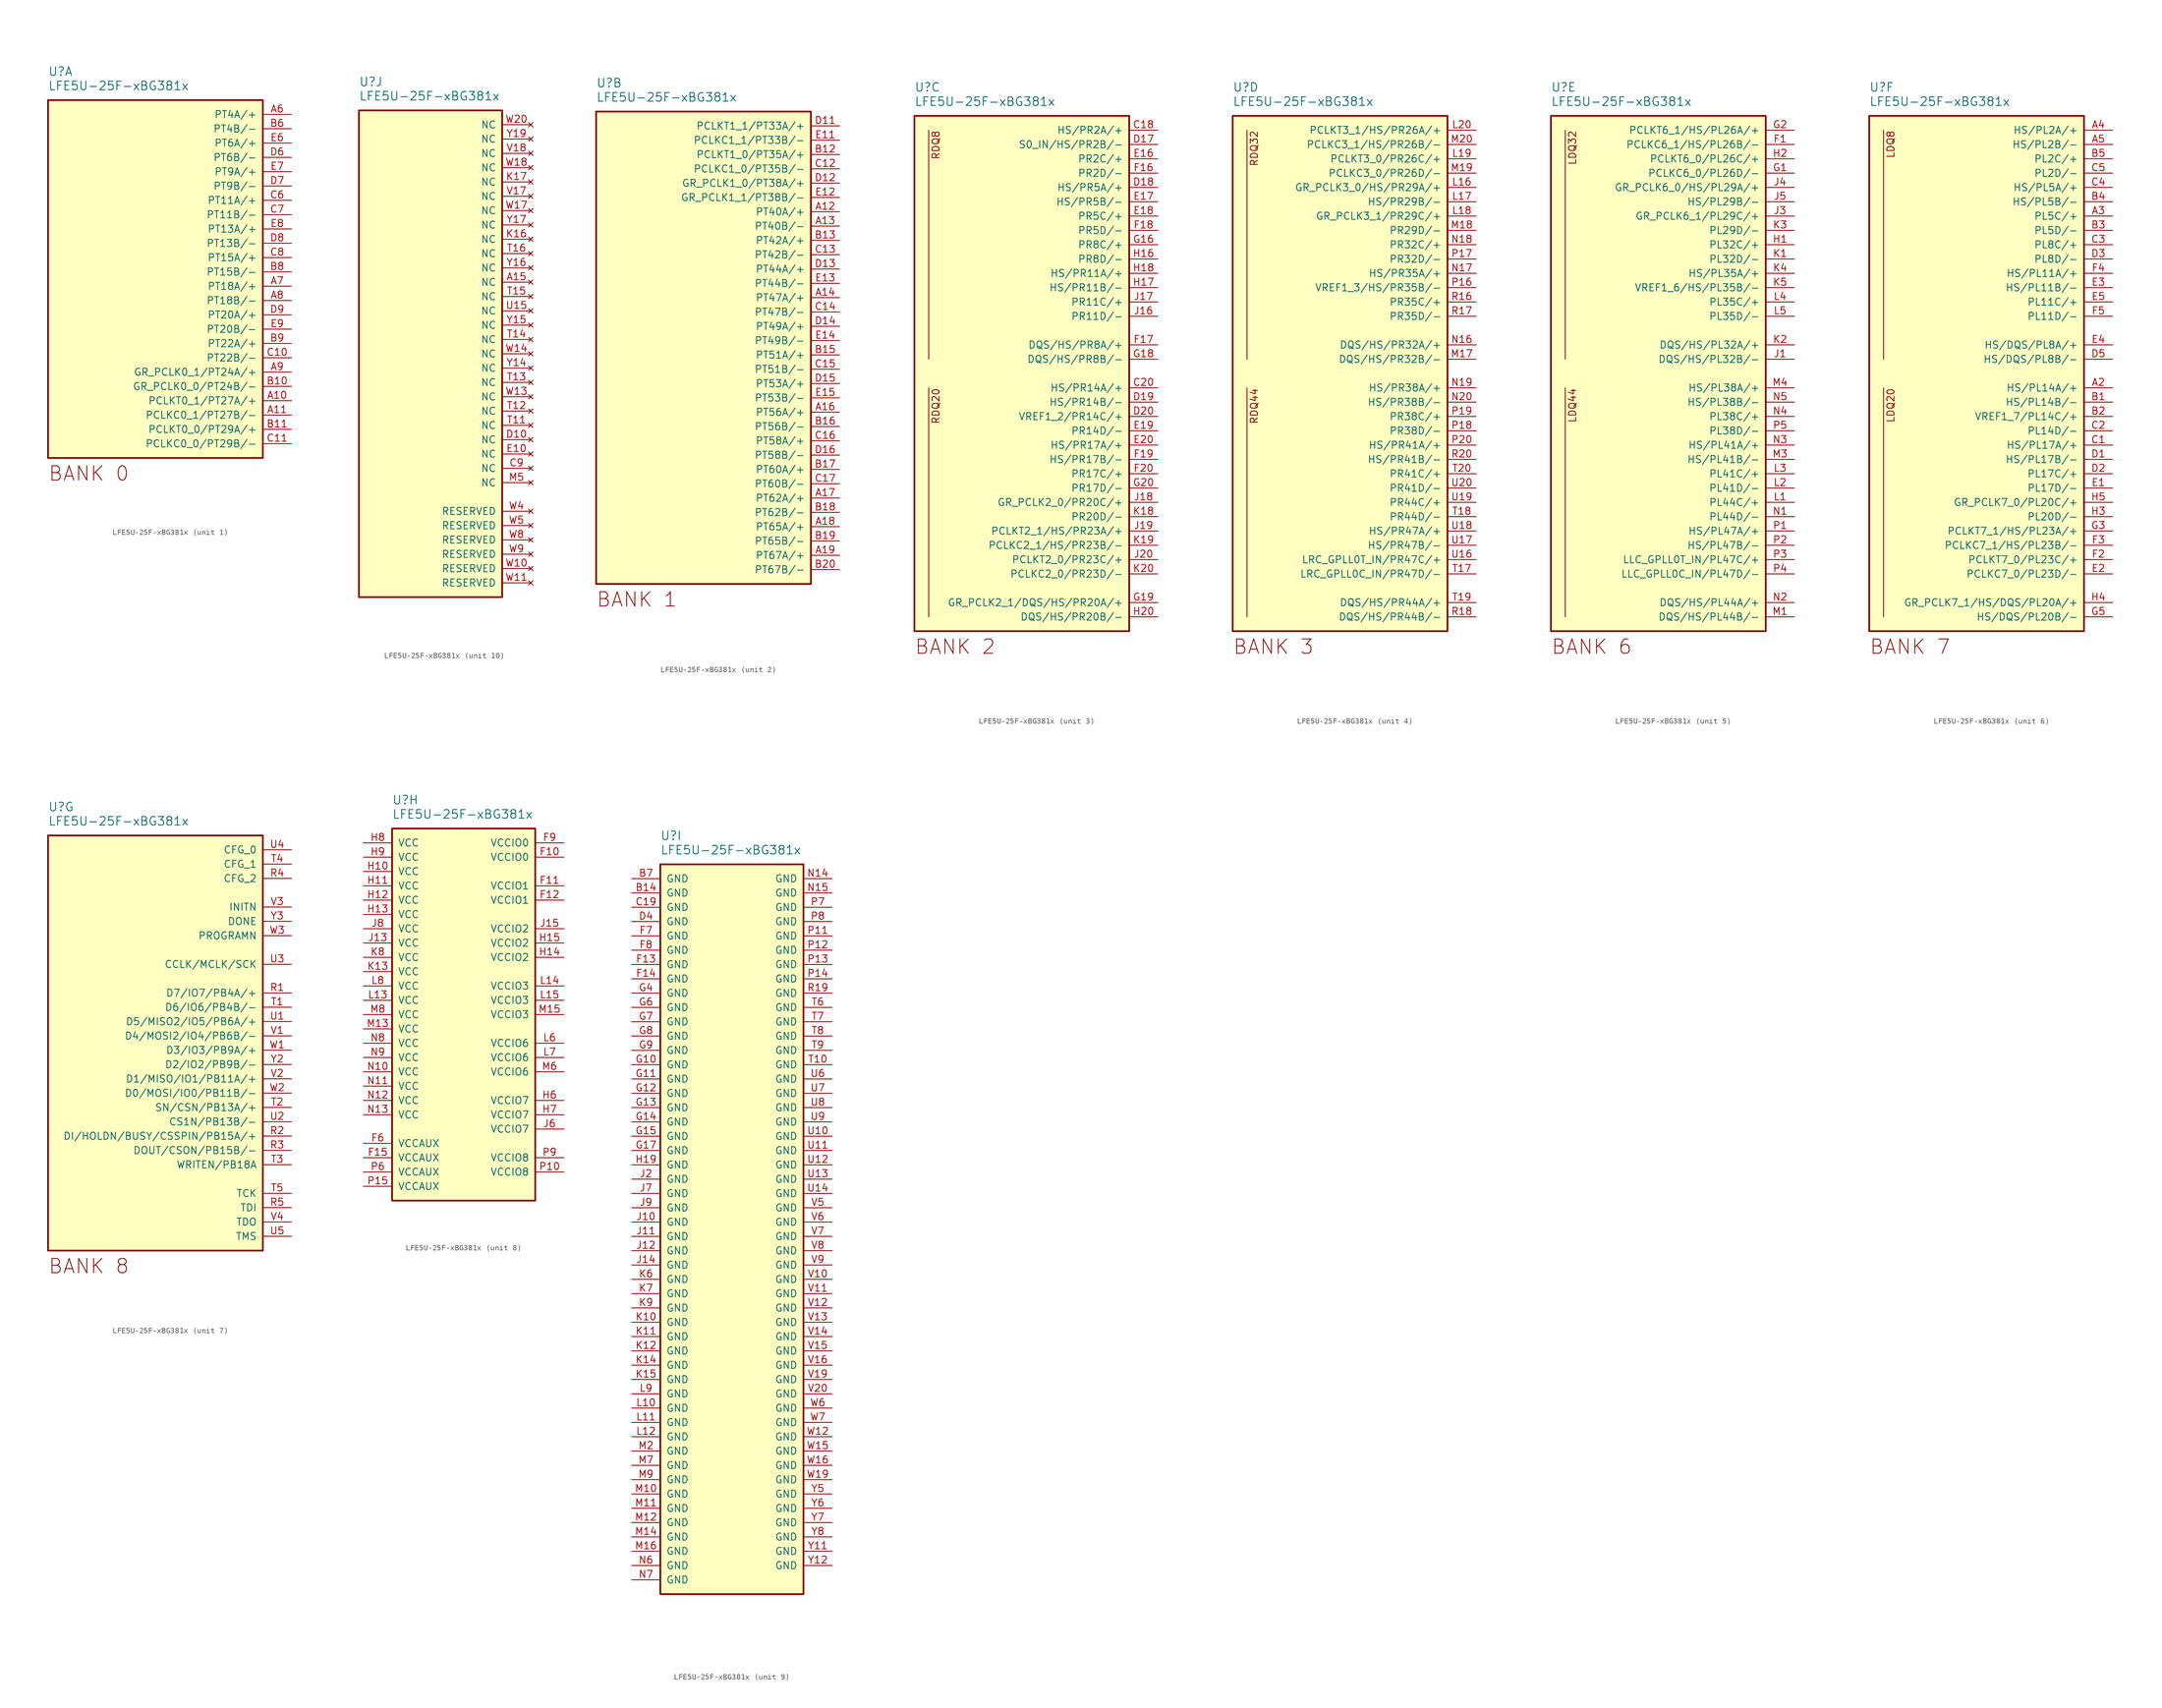
<source format=kicad_sym>
(kicad_symbol_lib
  (version 20231120)
  (generator "kicad_symbol_editor")
  (generator_version "8.0")
  (symbol "LFE5U-25F-xBG381x"
    (pin_names
      (offset 1.016))
    (property "Reference" "U"
      (at 0 5.08 0)
      (effects (font (size 1.524 1.524)) (justify left)))
    (property "Value" "LFE5U-25F-xBG381x"
      (at 0 2.54 0)
      (effects (font (size 1.524 1.524)) (justify left)))
    (property "ki_locked" ""
      (at 0 0 0)
      (effects (font (size 1.27 1.27))))
    (symbol "LFE5U-25F-xBG381x_1_1"
      (rectangle (start 38.1 0) (end 0 -63.5) (stroke (width 0.305) (type solid)) (fill (type background)))
      (text "BANK 0" (at 0 -64.77 0) (effects (font (size 2.54 2.54)) (justify left top)))
      (pin bidirectional line (at 43.18 -53.34 180) (length 5.08) (name "PCLKT0_1/PT27A/+" (effects (font (size 1.27 1.27)))) (number "A10" (effects (font (size 1.27 1.27)))))
      (pin bidirectional line (at 43.18 -55.88 180) (length 5.08) (name "PCLKC0_1/PT27B/-" (effects (font (size 1.27 1.27)))) (number "A11" (effects (font (size 1.27 1.27)))))
      (pin bidirectional line (at 43.18 -2.54 180) (length 5.08) (name "PT4A/+" (effects (font (size 1.27 1.27)))) (number "A6" (effects (font (size 1.27 1.27)))))
      (pin bidirectional line (at 43.18 -33.02 180) (length 5.08) (name "PT18A/+" (effects (font (size 1.27 1.27)))) (number "A7" (effects (font (size 1.27 1.27)))))
      (pin bidirectional line (at 43.18 -35.56 180) (length 5.08) (name "PT18B/-" (effects (font (size 1.27 1.27)))) (number "A8" (effects (font (size 1.27 1.27)))))
      (pin bidirectional line (at 43.18 -48.26 180) (length 5.08) (name "GR_PCLK0_1/PT24A/+" (effects (font (size 1.27 1.27)))) (number "A9" (effects (font (size 1.27 1.27)))))
      (pin bidirectional line (at 43.18 -50.8 180) (length 5.08) (name "GR_PCLK0_0/PT24B/-" (effects (font (size 1.27 1.27)))) (number "B10" (effects (font (size 1.27 1.27)))))
      (pin bidirectional line (at 43.18 -58.42 180) (length 5.08) (name "PCLKT0_0/PT29A/+" (effects (font (size 1.27 1.27)))) (number "B11" (effects (font (size 1.27 1.27)))))
      (pin bidirectional line (at 43.18 -5.08 180) (length 5.08) (name "PT4B/-" (effects (font (size 1.27 1.27)))) (number "B6" (effects (font (size 1.27 1.27)))))
      (pin bidirectional line (at 43.18 -30.48 180) (length 5.08) (name "PT15B/-" (effects (font (size 1.27 1.27)))) (number "B8" (effects (font (size 1.27 1.27)))))
      (pin bidirectional line (at 43.18 -43.18 180) (length 5.08) (name "PT22A/+" (effects (font (size 1.27 1.27)))) (number "B9" (effects (font (size 1.27 1.27)))))
      (pin bidirectional line (at 43.18 -45.72 180) (length 5.08) (name "PT22B/-" (effects (font (size 1.27 1.27)))) (number "C10" (effects (font (size 1.27 1.27)))))
      (pin bidirectional line (at 43.18 -60.96 180) (length 5.08) (name "PCLKC0_0/PT29B/-" (effects (font (size 1.27 1.27)))) (number "C11" (effects (font (size 1.27 1.27)))))
      (pin bidirectional line (at 43.18 -17.78 180) (length 5.08) (name "PT11A/+" (effects (font (size 1.27 1.27)))) (number "C6" (effects (font (size 1.27 1.27)))))
      (pin bidirectional line (at 43.18 -20.32 180) (length 5.08) (name "PT11B/-" (effects (font (size 1.27 1.27)))) (number "C7" (effects (font (size 1.27 1.27)))))
      (pin bidirectional line (at 43.18 -27.94 180) (length 5.08) (name "PT15A/+" (effects (font (size 1.27 1.27)))) (number "C8" (effects (font (size 1.27 1.27)))))
      (pin bidirectional line (at 43.18 -10.16 180) (length 5.08) (name "PT6B/-" (effects (font (size 1.27 1.27)))) (number "D6" (effects (font (size 1.27 1.27)))))
      (pin bidirectional line (at 43.18 -15.24 180) (length 5.08) (name "PT9B/-" (effects (font (size 1.27 1.27)))) (number "D7" (effects (font (size 1.27 1.27)))))
      (pin bidirectional line (at 43.18 -25.4 180) (length 5.08) (name "PT13B/-" (effects (font (size 1.27 1.27)))) (number "D8" (effects (font (size 1.27 1.27)))))
      (pin bidirectional line (at 43.18 -38.1 180) (length 5.08) (name "PT20A/+" (effects (font (size 1.27 1.27)))) (number "D9" (effects (font (size 1.27 1.27)))))
      (pin bidirectional line (at 43.18 -7.62 180) (length 5.08) (name "PT6A/+" (effects (font (size 1.27 1.27)))) (number "E6" (effects (font (size 1.27 1.27)))))
      (pin bidirectional line (at 43.18 -12.7 180) (length 5.08) (name "PT9A/+" (effects (font (size 1.27 1.27)))) (number "E7" (effects (font (size 1.27 1.27)))))
      (pin bidirectional line (at 43.18 -22.86 180) (length 5.08) (name "PT13A/+" (effects (font (size 1.27 1.27)))) (number "E8" (effects (font (size 1.27 1.27)))))
      (pin bidirectional line (at 43.18 -40.64 180) (length 5.08) (name "PT20B/-" (effects (font (size 1.27 1.27)))) (number "E9" (effects (font (size 1.27 1.27))))))
    (symbol "LFE5U-25F-xBG381x_2_1"
      (rectangle (start 38.1 0) (end 0 -83.82) (stroke (width 0.305) (type solid)) (fill (type background)))
      (text "BANK 1" (at 0 -85.09 0) (effects (font (size 2.54 2.54)) (justify left top)))
      (pin bidirectional line (at 43.18 -17.78 180) (length 5.08) (name "PT40A/+" (effects (font (size 1.27 1.27)))) (number "A12" (effects (font (size 1.27 1.27)))))
      (pin bidirectional line (at 43.18 -20.32 180) (length 5.08) (name "PT40B/-" (effects (font (size 1.27 1.27)))) (number "A13" (effects (font (size 1.27 1.27)))))
      (pin bidirectional line (at 43.18 -33.02 180) (length 5.08) (name "PT47A/+" (effects (font (size 1.27 1.27)))) (number "A14" (effects (font (size 1.27 1.27)))))
      (pin bidirectional line (at 43.18 -53.34 180) (length 5.08) (name "PT56A/+" (effects (font (size 1.27 1.27)))) (number "A16" (effects (font (size 1.27 1.27)))))
      (pin bidirectional line (at 43.18 -68.58 180) (length 5.08) (name "PT62A/+" (effects (font (size 1.27 1.27)))) (number "A17" (effects (font (size 1.27 1.27)))))
      (pin bidirectional line (at 43.18 -73.66 180) (length 5.08) (name "PT65A/+" (effects (font (size 1.27 1.27)))) (number "A18" (effects (font (size 1.27 1.27)))))
      (pin bidirectional line (at 43.18 -78.74 180) (length 5.08) (name "PT67A/+" (effects (font (size 1.27 1.27)))) (number "A19" (effects (font (size 1.27 1.27)))))
      (pin bidirectional line (at 43.18 -7.62 180) (length 5.08) (name "PCLKT1_0/PT35A/+" (effects (font (size 1.27 1.27)))) (number "B12" (effects (font (size 1.27 1.27)))))
      (pin bidirectional line (at 43.18 -22.86 180) (length 5.08) (name "PT42A/+" (effects (font (size 1.27 1.27)))) (number "B13" (effects (font (size 1.27 1.27)))))
      (pin bidirectional line (at 43.18 -43.18 180) (length 5.08) (name "PT51A/+" (effects (font (size 1.27 1.27)))) (number "B15" (effects (font (size 1.27 1.27)))))
      (pin bidirectional line (at 43.18 -55.88 180) (length 5.08) (name "PT56B/-" (effects (font (size 1.27 1.27)))) (number "B16" (effects (font (size 1.27 1.27)))))
      (pin bidirectional line (at 43.18 -63.5 180) (length 5.08) (name "PT60A/+" (effects (font (size 1.27 1.27)))) (number "B17" (effects (font (size 1.27 1.27)))))
      (pin bidirectional line (at 43.18 -71.12 180) (length 5.08) (name "PT62B/-" (effects (font (size 1.27 1.27)))) (number "B18" (effects (font (size 1.27 1.27)))))
      (pin bidirectional line (at 43.18 -76.2 180) (length 5.08) (name "PT65B/-" (effects (font (size 1.27 1.27)))) (number "B19" (effects (font (size 1.27 1.27)))))
      (pin bidirectional line (at 43.18 -81.28 180) (length 5.08) (name "PT67B/-" (effects (font (size 1.27 1.27)))) (number "B20" (effects (font (size 1.27 1.27)))))
      (pin bidirectional line (at 43.18 -10.16 180) (length 5.08) (name "PCLKC1_0/PT35B/-" (effects (font (size 1.27 1.27)))) (number "C12" (effects (font (size 1.27 1.27)))))
      (pin bidirectional line (at 43.18 -25.4 180) (length 5.08) (name "PT42B/-" (effects (font (size 1.27 1.27)))) (number "C13" (effects (font (size 1.27 1.27)))))
      (pin bidirectional line (at 43.18 -35.56 180) (length 5.08) (name "PT47B/-" (effects (font (size 1.27 1.27)))) (number "C14" (effects (font (size 1.27 1.27)))))
      (pin bidirectional line (at 43.18 -45.72 180) (length 5.08) (name "PT51B/-" (effects (font (size 1.27 1.27)))) (number "C15" (effects (font (size 1.27 1.27)))))
      (pin bidirectional line (at 43.18 -58.42 180) (length 5.08) (name "PT58A/+" (effects (font (size 1.27 1.27)))) (number "C16" (effects (font (size 1.27 1.27)))))
      (pin bidirectional line (at 43.18 -66.04 180) (length 5.08) (name "PT60B/-" (effects (font (size 1.27 1.27)))) (number "C17" (effects (font (size 1.27 1.27)))))
      (pin bidirectional line (at 43.18 -2.54 180) (length 5.08) (name "PCLKT1_1/PT33A/+" (effects (font (size 1.27 1.27)))) (number "D11" (effects (font (size 1.27 1.27)))))
      (pin bidirectional line (at 43.18 -12.7 180) (length 5.08) (name "GR_PCLK1_0/PT38A/+" (effects (font (size 1.27 1.27)))) (number "D12" (effects (font (size 1.27 1.27)))))
      (pin bidirectional line (at 43.18 -27.94 180) (length 5.08) (name "PT44A/+" (effects (font (size 1.27 1.27)))) (number "D13" (effects (font (size 1.27 1.27)))))
      (pin bidirectional line (at 43.18 -38.1 180) (length 5.08) (name "PT49A/+" (effects (font (size 1.27 1.27)))) (number "D14" (effects (font (size 1.27 1.27)))))
      (pin bidirectional line (at 43.18 -48.26 180) (length 5.08) (name "PT53A/+" (effects (font (size 1.27 1.27)))) (number "D15" (effects (font (size 1.27 1.27)))))
      (pin bidirectional line (at 43.18 -60.96 180) (length 5.08) (name "PT58B/-" (effects (font (size 1.27 1.27)))) (number "D16" (effects (font (size 1.27 1.27)))))
      (pin bidirectional line (at 43.18 -5.08 180) (length 5.08) (name "PCLKC1_1/PT33B/-" (effects (font (size 1.27 1.27)))) (number "E11" (effects (font (size 1.27 1.27)))))
      (pin bidirectional line (at 43.18 -15.24 180) (length 5.08) (name "GR_PCLK1_1/PT38B/-" (effects (font (size 1.27 1.27)))) (number "E12" (effects (font (size 1.27 1.27)))))
      (pin bidirectional line (at 43.18 -30.48 180) (length 5.08) (name "PT44B/-" (effects (font (size 1.27 1.27)))) (number "E13" (effects (font (size 1.27 1.27)))))
      (pin bidirectional line (at 43.18 -40.64 180) (length 5.08) (name "PT49B/-" (effects (font (size 1.27 1.27)))) (number "E14" (effects (font (size 1.27 1.27)))))
      (pin bidirectional line (at 43.18 -50.8 180) (length 5.08) (name "PT53B/-" (effects (font (size 1.27 1.27)))) (number "E15" (effects (font (size 1.27 1.27))))))
    (symbol "LFE5U-25F-xBG381x_3_1"
      (polyline (pts (xy 2.54 -88.9) (xy 2.54 -48.26)) (stroke (width 0) (type solid)) (fill (type none)))
      (polyline (pts (xy 2.54 -2.54) (xy 2.54 -43.18)) (stroke (width 0) (type solid)) (fill (type none)))
      (rectangle (start 38.1 0) (end 0 -91.44) (stroke (width 0.305) (type solid)) (fill (type background)))
      (text "BANK 2" (at 0 -92.71 0) (effects (font (size 2.54 2.54)) (justify left top)))
      (text "RDQ20" (at 3.81 -48.26 900) (effects (font (size 1.27 1.27)) (justify right)))
      (text "RDQ8" (at 3.81 -2.54 900) (effects (font (size 1.27 1.27)) (justify right)))
      (pin bidirectional line (at 43.18 -2.54 180) (length 5.08) (name "HS/PR2A/+" (effects (font (size 1.27 1.27)))) (number "C18" (effects (font (size 1.27 1.27)))))
      (pin bidirectional line (at 43.18 -48.26 180) (length 5.08) (name "HS/PR14A/+" (effects (font (size 1.27 1.27)))) (number "C20" (effects (font (size 1.27 1.27)))))
      (pin bidirectional line (at 43.18 -5.08 180) (length 5.08) (name "S0_IN/HS/PR2B/-" (effects (font (size 1.27 1.27)))) (number "D17" (effects (font (size 1.27 1.27)))))
      (pin bidirectional line (at 43.18 -12.7 180) (length 5.08) (name "HS/PR5A/+" (effects (font (size 1.27 1.27)))) (number "D18" (effects (font (size 1.27 1.27)))))
      (pin bidirectional line (at 43.18 -50.8 180) (length 5.08) (name "HS/PR14B/-" (effects (font (size 1.27 1.27)))) (number "D19" (effects (font (size 1.27 1.27)))))
      (pin bidirectional line (at 43.18 -53.34 180) (length 5.08) (name "VREF1_2/PR14C/+" (effects (font (size 1.27 1.27)))) (number "D20" (effects (font (size 1.27 1.27)))))
      (pin bidirectional line (at 43.18 -7.62 180) (length 5.08) (name "PR2C/+" (effects (font (size 1.27 1.27)))) (number "E16" (effects (font (size 1.27 1.27)))))
      (pin bidirectional line (at 43.18 -15.24 180) (length 5.08) (name "HS/PR5B/-" (effects (font (size 1.27 1.27)))) (number "E17" (effects (font (size 1.27 1.27)))))
      (pin bidirectional line (at 43.18 -17.78 180) (length 5.08) (name "PR5C/+" (effects (font (size 1.27 1.27)))) (number "E18" (effects (font (size 1.27 1.27)))))
      (pin bidirectional line (at 43.18 -55.88 180) (length 5.08) (name "PR14D/-" (effects (font (size 1.27 1.27)))) (number "E19" (effects (font (size 1.27 1.27)))))
      (pin bidirectional line (at 43.18 -58.42 180) (length 5.08) (name "HS/PR17A/+" (effects (font (size 1.27 1.27)))) (number "E20" (effects (font (size 1.27 1.27)))))
      (pin bidirectional line (at 43.18 -10.16 180) (length 5.08) (name "PR2D/-" (effects (font (size 1.27 1.27)))) (number "F16" (effects (font (size 1.27 1.27)))))
      (pin bidirectional line (at 43.18 -40.64 180) (length 5.08) (name "DQS/HS/PR8A/+" (effects (font (size 1.27 1.27)))) (number "F17" (effects (font (size 1.27 1.27)))))
      (pin bidirectional line (at 43.18 -20.32 180) (length 5.08) (name "PR5D/-" (effects (font (size 1.27 1.27)))) (number "F18" (effects (font (size 1.27 1.27)))))
      (pin bidirectional line (at 43.18 -60.96 180) (length 5.08) (name "HS/PR17B/-" (effects (font (size 1.27 1.27)))) (number "F19" (effects (font (size 1.27 1.27)))))
      (pin bidirectional line (at 43.18 -63.5 180) (length 5.08) (name "PR17C/+" (effects (font (size 1.27 1.27)))) (number "F20" (effects (font (size 1.27 1.27)))))
      (pin bidirectional line (at 43.18 -22.86 180) (length 5.08) (name "PR8C/+" (effects (font (size 1.27 1.27)))) (number "G16" (effects (font (size 1.27 1.27)))))
      (pin bidirectional line (at 43.18 -43.18 180) (length 5.08) (name "DQS/HS/PR8B/-" (effects (font (size 1.27 1.27)))) (number "G18" (effects (font (size 1.27 1.27)))))
      (pin bidirectional line (at 43.18 -86.36 180) (length 5.08) (name "GR_PCLK2_1/DQS/HS/PR20A/+" (effects (font (size 1.27 1.27)))) (number "G19" (effects (font (size 1.27 1.27)))))
      (pin bidirectional line (at 43.18 -66.04 180) (length 5.08) (name "PR17D/-" (effects (font (size 1.27 1.27)))) (number "G20" (effects (font (size 1.27 1.27)))))
      (pin bidirectional line (at 43.18 -25.4 180) (length 5.08) (name "PR8D/-" (effects (font (size 1.27 1.27)))) (number "H16" (effects (font (size 1.27 1.27)))))
      (pin bidirectional line (at 43.18 -30.48 180) (length 5.08) (name "HS/PR11B/-" (effects (font (size 1.27 1.27)))) (number "H17" (effects (font (size 1.27 1.27)))))
      (pin bidirectional line (at 43.18 -27.94 180) (length 5.08) (name "HS/PR11A/+" (effects (font (size 1.27 1.27)))) (number "H18" (effects (font (size 1.27 1.27)))))
      (pin bidirectional line (at 43.18 -88.9 180) (length 5.08) (name "DQS/HS/PR20B/-" (effects (font (size 1.27 1.27)))) (number "H20" (effects (font (size 1.27 1.27)))))
      (pin bidirectional line (at 43.18 -35.56 180) (length 5.08) (name "PR11D/-" (effects (font (size 1.27 1.27)))) (number "J16" (effects (font (size 1.27 1.27)))))
      (pin bidirectional line (at 43.18 -33.02 180) (length 5.08) (name "PR11C/+" (effects (font (size 1.27 1.27)))) (number "J17" (effects (font (size 1.27 1.27)))))
      (pin bidirectional line (at 43.18 -68.58 180) (length 5.08) (name "GR_PCLK2_0/PR20C/+" (effects (font (size 1.27 1.27)))) (number "J18" (effects (font (size 1.27 1.27)))))
      (pin bidirectional line (at 43.18 -73.66 180) (length 5.08) (name "PCLKT2_1/HS/PR23A/+" (effects (font (size 1.27 1.27)))) (number "J19" (effects (font (size 1.27 1.27)))))
      (pin bidirectional line (at 43.18 -78.74 180) (length 5.08) (name "PCLKT2_0/PR23C/+" (effects (font (size 1.27 1.27)))) (number "J20" (effects (font (size 1.27 1.27)))))
      (pin bidirectional line (at 43.18 -71.12 180) (length 5.08) (name "PR20D/-" (effects (font (size 1.27 1.27)))) (number "K18" (effects (font (size 1.27 1.27)))))
      (pin bidirectional line (at 43.18 -76.2 180) (length 5.08) (name "PCLKC2_1/HS/PR23B/-" (effects (font (size 1.27 1.27)))) (number "K19" (effects (font (size 1.27 1.27)))))
      (pin bidirectional line (at 43.18 -81.28 180) (length 5.08) (name "PCLKC2_0/PR23D/-" (effects (font (size 1.27 1.27)))) (number "K20" (effects (font (size 1.27 1.27))))))
    (symbol "LFE5U-25F-xBG381x_4_1"
      (polyline (pts (xy 2.54 -48.26) (xy 2.54 -88.9)) (stroke (width 0) (type solid)) (fill (type none)))
      (polyline (pts (xy 2.54 -2.54) (xy 2.54 -43.18)) (stroke (width 0) (type solid)) (fill (type none)))
      (rectangle (start 38.1 0) (end 0 -91.44) (stroke (width 0.305) (type solid)) (fill (type background)))
      (text "BANK 3" (at 0 -92.71 0) (effects (font (size 2.54 2.54)) (justify left top)))
      (text "RDQ32" (at 3.81 -2.54 900) (effects (font (size 1.27 1.27)) (justify right)))
      (text "RDQ44" (at 3.81 -48.26 900) (effects (font (size 1.27 1.27)) (justify right)))
      (pin bidirectional line (at 43.18 -12.7 180) (length 5.08) (name "GR_PCLK3_0/HS/PR29A/+" (effects (font (size 1.27 1.27)))) (number "L16" (effects (font (size 1.27 1.27)))))
      (pin bidirectional line (at 43.18 -15.24 180) (length 5.08) (name "HS/PR29B/-" (effects (font (size 1.27 1.27)))) (number "L17" (effects (font (size 1.27 1.27)))))
      (pin bidirectional line (at 43.18 -17.78 180) (length 5.08) (name "GR_PCLK3_1/PR29C/+" (effects (font (size 1.27 1.27)))) (number "L18" (effects (font (size 1.27 1.27)))))
      (pin bidirectional line (at 43.18 -7.62 180) (length 5.08) (name "PCLKT3_0/PR26C/+" (effects (font (size 1.27 1.27)))) (number "L19" (effects (font (size 1.27 1.27)))))
      (pin bidirectional line (at 43.18 -2.54 180) (length 5.08) (name "PCLKT3_1/HS/PR26A/+" (effects (font (size 1.27 1.27)))) (number "L20" (effects (font (size 1.27 1.27)))))
      (pin bidirectional line (at 43.18 -43.18 180) (length 5.08) (name "DQS/HS/PR32B/-" (effects (font (size 1.27 1.27)))) (number "M17" (effects (font (size 1.27 1.27)))))
      (pin bidirectional line (at 43.18 -20.32 180) (length 5.08) (name "PR29D/-" (effects (font (size 1.27 1.27)))) (number "M18" (effects (font (size 1.27 1.27)))))
      (pin bidirectional line (at 43.18 -10.16 180) (length 5.08) (name "PCLKC3_0/PR26D/-" (effects (font (size 1.27 1.27)))) (number "M19" (effects (font (size 1.27 1.27)))))
      (pin bidirectional line (at 43.18 -5.08 180) (length 5.08) (name "PCLKC3_1/HS/PR26B/-" (effects (font (size 1.27 1.27)))) (number "M20" (effects (font (size 1.27 1.27)))))
      (pin bidirectional line (at 43.18 -40.64 180) (length 5.08) (name "DQS/HS/PR32A/+" (effects (font (size 1.27 1.27)))) (number "N16" (effects (font (size 1.27 1.27)))))
      (pin bidirectional line (at 43.18 -27.94 180) (length 5.08) (name "HS/PR35A/+" (effects (font (size 1.27 1.27)))) (number "N17" (effects (font (size 1.27 1.27)))))
      (pin bidirectional line (at 43.18 -22.86 180) (length 5.08) (name "PR32C/+" (effects (font (size 1.27 1.27)))) (number "N18" (effects (font (size 1.27 1.27)))))
      (pin bidirectional line (at 43.18 -48.26 180) (length 5.08) (name "HS/PR38A/+" (effects (font (size 1.27 1.27)))) (number "N19" (effects (font (size 1.27 1.27)))))
      (pin bidirectional line (at 43.18 -50.8 180) (length 5.08) (name "HS/PR38B/-" (effects (font (size 1.27 1.27)))) (number "N20" (effects (font (size 1.27 1.27)))))
      (pin bidirectional line (at 43.18 -30.48 180) (length 5.08) (name "VREF1_3/HS/PR35B/-" (effects (font (size 1.27 1.27)))) (number "P16" (effects (font (size 1.27 1.27)))))
      (pin bidirectional line (at 43.18 -25.4 180) (length 5.08) (name "PR32D/-" (effects (font (size 1.27 1.27)))) (number "P17" (effects (font (size 1.27 1.27)))))
      (pin bidirectional line (at 43.18 -55.88 180) (length 5.08) (name "PR38D/-" (effects (font (size 1.27 1.27)))) (number "P18" (effects (font (size 1.27 1.27)))))
      (pin bidirectional line (at 43.18 -53.34 180) (length 5.08) (name "PR38C/+" (effects (font (size 1.27 1.27)))) (number "P19" (effects (font (size 1.27 1.27)))))
      (pin bidirectional line (at 43.18 -58.42 180) (length 5.08) (name "HS/PR41A/+" (effects (font (size 1.27 1.27)))) (number "P20" (effects (font (size 1.27 1.27)))))
      (pin bidirectional line (at 43.18 -33.02 180) (length 5.08) (name "PR35C/+" (effects (font (size 1.27 1.27)))) (number "R16" (effects (font (size 1.27 1.27)))))
      (pin bidirectional line (at 43.18 -35.56 180) (length 5.08) (name "PR35D/-" (effects (font (size 1.27 1.27)))) (number "R17" (effects (font (size 1.27 1.27)))))
      (pin bidirectional line (at 43.18 -88.9 180) (length 5.08) (name "DQS/HS/PR44B/-" (effects (font (size 1.27 1.27)))) (number "R18" (effects (font (size 1.27 1.27)))))
      (pin bidirectional line (at 43.18 -60.96 180) (length 5.08) (name "HS/PR41B/-" (effects (font (size 1.27 1.27)))) (number "R20" (effects (font (size 1.27 1.27)))))
      (pin bidirectional line (at 43.18 -81.28 180) (length 5.08) (name "LRC_GPLL0C_IN/PR47D/-" (effects (font (size 1.27 1.27)))) (number "T17" (effects (font (size 1.27 1.27)))))
      (pin bidirectional line (at 43.18 -71.12 180) (length 5.08) (name "PR44D/-" (effects (font (size 1.27 1.27)))) (number "T18" (effects (font (size 1.27 1.27)))))
      (pin bidirectional line (at 43.18 -86.36 180) (length 5.08) (name "DQS/HS/PR44A/+" (effects (font (size 1.27 1.27)))) (number "T19" (effects (font (size 1.27 1.27)))))
      (pin bidirectional line (at 43.18 -63.5 180) (length 5.08) (name "PR41C/+" (effects (font (size 1.27 1.27)))) (number "T20" (effects (font (size 1.27 1.27)))))
      (pin bidirectional line (at 43.18 -78.74 180) (length 5.08) (name "LRC_GPLL0T_IN/PR47C/+" (effects (font (size 1.27 1.27)))) (number "U16" (effects (font (size 1.27 1.27)))))
      (pin bidirectional line (at 43.18 -76.2 180) (length 5.08) (name "HS/PR47B/-" (effects (font (size 1.27 1.27)))) (number "U17" (effects (font (size 1.27 1.27)))))
      (pin bidirectional line (at 43.18 -73.66 180) (length 5.08) (name "HS/PR47A/+" (effects (font (size 1.27 1.27)))) (number "U18" (effects (font (size 1.27 1.27)))))
      (pin bidirectional line (at 43.18 -68.58 180) (length 5.08) (name "PR44C/+" (effects (font (size 1.27 1.27)))) (number "U19" (effects (font (size 1.27 1.27)))))
      (pin bidirectional line (at 43.18 -66.04 180) (length 5.08) (name "PR41D/-" (effects (font (size 1.27 1.27)))) (number "U20" (effects (font (size 1.27 1.27))))))
    (symbol "LFE5U-25F-xBG381x_5_1"
      (polyline (pts (xy 2.54 -48.26) (xy 2.54 -88.9)) (stroke (width 0) (type solid)) (fill (type none)))
      (polyline (pts (xy 2.54 -2.54) (xy 2.54 -43.18)) (stroke (width 0) (type solid)) (fill (type none)))
      (rectangle (start 38.1 0) (end 0 -91.44) (stroke (width 0.305) (type solid)) (fill (type background)))
      (text "BANK 6" (at 0 -92.71 0) (effects (font (size 2.54 2.54)) (justify left top)))
      (text "LDQ32" (at 3.81 -2.54 900) (effects (font (size 1.27 1.27)) (justify right)))
      (text "LDQ44" (at 3.81 -48.26 900) (effects (font (size 1.27 1.27)) (justify right)))
      (pin bidirectional line (at 43.18 -5.08 180) (length 5.08) (name "PCLKC6_1/HS/PL26B/-" (effects (font (size 1.27 1.27)))) (number "F1" (effects (font (size 1.27 1.27)))))
      (pin bidirectional line (at 43.18 -10.16 180) (length 5.08) (name "PCLKC6_0/PL26D/-" (effects (font (size 1.27 1.27)))) (number "G1" (effects (font (size 1.27 1.27)))))
      (pin bidirectional line (at 43.18 -2.54 180) (length 5.08) (name "PCLKT6_1/HS/PL26A/+" (effects (font (size 1.27 1.27)))) (number "G2" (effects (font (size 1.27 1.27)))))
      (pin bidirectional line (at 43.18 -22.86 180) (length 5.08) (name "PL32C/+" (effects (font (size 1.27 1.27)))) (number "H1" (effects (font (size 1.27 1.27)))))
      (pin bidirectional line (at 43.18 -7.62 180) (length 5.08) (name "PCLKT6_0/PL26C/+" (effects (font (size 1.27 1.27)))) (number "H2" (effects (font (size 1.27 1.27)))))
      (pin bidirectional line (at 43.18 -43.18 180) (length 5.08) (name "DQS/HS/PL32B/-" (effects (font (size 1.27 1.27)))) (number "J1" (effects (font (size 1.27 1.27)))))
      (pin bidirectional line (at 43.18 -17.78 180) (length 5.08) (name "GR_PCLK6_1/PL29C/+" (effects (font (size 1.27 1.27)))) (number "J3" (effects (font (size 1.27 1.27)))))
      (pin bidirectional line (at 43.18 -12.7 180) (length 5.08) (name "GR_PCLK6_0/HS/PL29A/+" (effects (font (size 1.27 1.27)))) (number "J4" (effects (font (size 1.27 1.27)))))
      (pin bidirectional line (at 43.18 -15.24 180) (length 5.08) (name "HS/PL29B/-" (effects (font (size 1.27 1.27)))) (number "J5" (effects (font (size 1.27 1.27)))))
      (pin bidirectional line (at 43.18 -25.4 180) (length 5.08) (name "PL32D/-" (effects (font (size 1.27 1.27)))) (number "K1" (effects (font (size 1.27 1.27)))))
      (pin bidirectional line (at 43.18 -40.64 180) (length 5.08) (name "DQS/HS/PL32A/+" (effects (font (size 1.27 1.27)))) (number "K2" (effects (font (size 1.27 1.27)))))
      (pin bidirectional line (at 43.18 -20.32 180) (length 5.08) (name "PL29D/-" (effects (font (size 1.27 1.27)))) (number "K3" (effects (font (size 1.27 1.27)))))
      (pin bidirectional line (at 43.18 -27.94 180) (length 5.08) (name "HS/PL35A/+" (effects (font (size 1.27 1.27)))) (number "K4" (effects (font (size 1.27 1.27)))))
      (pin bidirectional line (at 43.18 -30.48 180) (length 5.08) (name "VREF1_6/HS/PL35B/-" (effects (font (size 1.27 1.27)))) (number "K5" (effects (font (size 1.27 1.27)))))
      (pin bidirectional line (at 43.18 -68.58 180) (length 5.08) (name "PL44C/+" (effects (font (size 1.27 1.27)))) (number "L1" (effects (font (size 1.27 1.27)))))
      (pin bidirectional line (at 43.18 -66.04 180) (length 5.08) (name "PL41D/-" (effects (font (size 1.27 1.27)))) (number "L2" (effects (font (size 1.27 1.27)))))
      (pin bidirectional line (at 43.18 -63.5 180) (length 5.08) (name "PL41C/+" (effects (font (size 1.27 1.27)))) (number "L3" (effects (font (size 1.27 1.27)))))
      (pin bidirectional line (at 43.18 -33.02 180) (length 5.08) (name "PL35C/+" (effects (font (size 1.27 1.27)))) (number "L4" (effects (font (size 1.27 1.27)))))
      (pin bidirectional line (at 43.18 -35.56 180) (length 5.08) (name "PL35D/-" (effects (font (size 1.27 1.27)))) (number "L5" (effects (font (size 1.27 1.27)))))
      (pin bidirectional line (at 43.18 -88.9 180) (length 5.08) (name "DQS/HS/PL44B/-" (effects (font (size 1.27 1.27)))) (number "M1" (effects (font (size 1.27 1.27)))))
      (pin bidirectional line (at 43.18 -60.96 180) (length 5.08) (name "HS/PL41B/-" (effects (font (size 1.27 1.27)))) (number "M3" (effects (font (size 1.27 1.27)))))
      (pin bidirectional line (at 43.18 -48.26 180) (length 5.08) (name "HS/PL38A/+" (effects (font (size 1.27 1.27)))) (number "M4" (effects (font (size 1.27 1.27)))))
      (pin bidirectional line (at 43.18 -71.12 180) (length 5.08) (name "PL44D/-" (effects (font (size 1.27 1.27)))) (number "N1" (effects (font (size 1.27 1.27)))))
      (pin bidirectional line (at 43.18 -86.36 180) (length 5.08) (name "DQS/HS/PL44A/+" (effects (font (size 1.27 1.27)))) (number "N2" (effects (font (size 1.27 1.27)))))
      (pin bidirectional line (at 43.18 -58.42 180) (length 5.08) (name "HS/PL41A/+" (effects (font (size 1.27 1.27)))) (number "N3" (effects (font (size 1.27 1.27)))))
      (pin bidirectional line (at 43.18 -53.34 180) (length 5.08) (name "PL38C/+" (effects (font (size 1.27 1.27)))) (number "N4" (effects (font (size 1.27 1.27)))))
      (pin bidirectional line (at 43.18 -50.8 180) (length 5.08) (name "HS/PL38B/-" (effects (font (size 1.27 1.27)))) (number "N5" (effects (font (size 1.27 1.27)))))
      (pin bidirectional line (at 43.18 -73.66 180) (length 5.08) (name "HS/PL47A/+" (effects (font (size 1.27 1.27)))) (number "P1" (effects (font (size 1.27 1.27)))))
      (pin bidirectional line (at 43.18 -76.2 180) (length 5.08) (name "HS/PL47B/-" (effects (font (size 1.27 1.27)))) (number "P2" (effects (font (size 1.27 1.27)))))
      (pin bidirectional line (at 43.18 -78.74 180) (length 5.08) (name "LLC_GPLL0T_IN/PL47C/+" (effects (font (size 1.27 1.27)))) (number "P3" (effects (font (size 1.27 1.27)))))
      (pin bidirectional line (at 43.18 -81.28 180) (length 5.08) (name "LLC_GPLL0C_IN/PL47D/-" (effects (font (size 1.27 1.27)))) (number "P4" (effects (font (size 1.27 1.27)))))
      (pin bidirectional line (at 43.18 -55.88 180) (length 5.08) (name "PL38D/-" (effects (font (size 1.27 1.27)))) (number "P5" (effects (font (size 1.27 1.27))))))
    (symbol "LFE5U-25F-xBG381x_6_1"
      (polyline (pts (xy 2.54 -48.26) (xy 2.54 -88.9)) (stroke (width 0) (type solid)) (fill (type none)))
      (polyline (pts (xy 2.54 -2.54) (xy 2.54 -43.18)) (stroke (width 0) (type solid)) (fill (type none)))
      (rectangle (start 38.1 0) (end 0 -91.44) (stroke (width 0.305) (type solid)) (fill (type background)))
      (text "BANK 7" (at 0 -92.71 0) (effects (font (size 2.54 2.54)) (justify left top)))
      (text "LDQ20" (at 3.81 -48.26 900) (effects (font (size 1.27 1.27)) (justify right)))
      (text "LDQ8" (at 3.81 -2.54 900) (effects (font (size 1.27 1.27)) (justify right)))
      (pin bidirectional line (at 43.18 -48.26 180) (length 5.08) (name "HS/PL14A/+" (effects (font (size 1.27 1.27)))) (number "A2" (effects (font (size 1.27 1.27)))))
      (pin bidirectional line (at 43.18 -17.78 180) (length 5.08) (name "PL5C/+" (effects (font (size 1.27 1.27)))) (number "A3" (effects (font (size 1.27 1.27)))))
      (pin bidirectional line (at 43.18 -2.54 180) (length 5.08) (name "HS/PL2A/+" (effects (font (size 1.27 1.27)))) (number "A4" (effects (font (size 1.27 1.27)))))
      (pin bidirectional line (at 43.18 -5.08 180) (length 5.08) (name "HS/PL2B/-" (effects (font (size 1.27 1.27)))) (number "A5" (effects (font (size 1.27 1.27)))))
      (pin bidirectional line (at 43.18 -50.8 180) (length 5.08) (name "HS/PL14B/-" (effects (font (size 1.27 1.27)))) (number "B1" (effects (font (size 1.27 1.27)))))
      (pin bidirectional line (at 43.18 -53.34 180) (length 5.08) (name "VREF1_7/PL14C/+" (effects (font (size 1.27 1.27)))) (number "B2" (effects (font (size 1.27 1.27)))))
      (pin bidirectional line (at 43.18 -20.32 180) (length 5.08) (name "PL5D/-" (effects (font (size 1.27 1.27)))) (number "B3" (effects (font (size 1.27 1.27)))))
      (pin bidirectional line (at 43.18 -15.24 180) (length 5.08) (name "HS/PL5B/-" (effects (font (size 1.27 1.27)))) (number "B4" (effects (font (size 1.27 1.27)))))
      (pin bidirectional line (at 43.18 -7.62 180) (length 5.08) (name "PL2C/+" (effects (font (size 1.27 1.27)))) (number "B5" (effects (font (size 1.27 1.27)))))
      (pin bidirectional line (at 43.18 -58.42 180) (length 5.08) (name "HS/PL17A/+" (effects (font (size 1.27 1.27)))) (number "C1" (effects (font (size 1.27 1.27)))))
      (pin bidirectional line (at 43.18 -55.88 180) (length 5.08) (name "PL14D/-" (effects (font (size 1.27 1.27)))) (number "C2" (effects (font (size 1.27 1.27)))))
      (pin bidirectional line (at 43.18 -22.86 180) (length 5.08) (name "PL8C/+" (effects (font (size 1.27 1.27)))) (number "C3" (effects (font (size 1.27 1.27)))))
      (pin bidirectional line (at 43.18 -12.7 180) (length 5.08) (name "HS/PL5A/+" (effects (font (size 1.27 1.27)))) (number "C4" (effects (font (size 1.27 1.27)))))
      (pin bidirectional line (at 43.18 -10.16 180) (length 5.08) (name "PL2D/-" (effects (font (size 1.27 1.27)))) (number "C5" (effects (font (size 1.27 1.27)))))
      (pin bidirectional line (at 43.18 -60.96 180) (length 5.08) (name "HS/PL17B/-" (effects (font (size 1.27 1.27)))) (number "D1" (effects (font (size 1.27 1.27)))))
      (pin bidirectional line (at 43.18 -63.5 180) (length 5.08) (name "PL17C/+" (effects (font (size 1.27 1.27)))) (number "D2" (effects (font (size 1.27 1.27)))))
      (pin bidirectional line (at 43.18 -25.4 180) (length 5.08) (name "PL8D/-" (effects (font (size 1.27 1.27)))) (number "D3" (effects (font (size 1.27 1.27)))))
      (pin bidirectional line (at 43.18 -43.18 180) (length 5.08) (name "HS/DQS/PL8B/-" (effects (font (size 1.27 1.27)))) (number "D5" (effects (font (size 1.27 1.27)))))
      (pin bidirectional line (at 43.18 -66.04 180) (length 5.08) (name "PL17D/-" (effects (font (size 1.27 1.27)))) (number "E1" (effects (font (size 1.27 1.27)))))
      (pin bidirectional line (at 43.18 -81.28 180) (length 5.08) (name "PCLKC7_0/PL23D/-" (effects (font (size 1.27 1.27)))) (number "E2" (effects (font (size 1.27 1.27)))))
      (pin bidirectional line (at 43.18 -30.48 180) (length 5.08) (name "HS/PL11B/-" (effects (font (size 1.27 1.27)))) (number "E3" (effects (font (size 1.27 1.27)))))
      (pin bidirectional line (at 43.18 -40.64 180) (length 5.08) (name "HS/DQS/PL8A/+" (effects (font (size 1.27 1.27)))) (number "E4" (effects (font (size 1.27 1.27)))))
      (pin bidirectional line (at 43.18 -33.02 180) (length 5.08) (name "PL11C/+" (effects (font (size 1.27 1.27)))) (number "E5" (effects (font (size 1.27 1.27)))))
      (pin bidirectional line (at 43.18 -78.74 180) (length 5.08) (name "PCLKT7_0/PL23C/+" (effects (font (size 1.27 1.27)))) (number "F2" (effects (font (size 1.27 1.27)))))
      (pin bidirectional line (at 43.18 -76.2 180) (length 5.08) (name "PCLKC7_1/HS/PL23B/-" (effects (font (size 1.27 1.27)))) (number "F3" (effects (font (size 1.27 1.27)))))
      (pin bidirectional line (at 43.18 -27.94 180) (length 5.08) (name "HS/PL11A/+" (effects (font (size 1.27 1.27)))) (number "F4" (effects (font (size 1.27 1.27)))))
      (pin bidirectional line (at 43.18 -35.56 180) (length 5.08) (name "PL11D/-" (effects (font (size 1.27 1.27)))) (number "F5" (effects (font (size 1.27 1.27)))))
      (pin bidirectional line (at 43.18 -73.66 180) (length 5.08) (name "PCLKT7_1/HS/PL23A/+" (effects (font (size 1.27 1.27)))) (number "G3" (effects (font (size 1.27 1.27)))))
      (pin bidirectional line (at 43.18 -88.9 180) (length 5.08) (name "HS/DQS/PL20B/-" (effects (font (size 1.27 1.27)))) (number "G5" (effects (font (size 1.27 1.27)))))
      (pin bidirectional line (at 43.18 -71.12 180) (length 5.08) (name "PL20D/-" (effects (font (size 1.27 1.27)))) (number "H3" (effects (font (size 1.27 1.27)))))
      (pin bidirectional line (at 43.18 -86.36 180) (length 5.08) (name "GR_PCLK7_1/HS/DQS/PL20A/+" (effects (font (size 1.27 1.27)))) (number "H4" (effects (font (size 1.27 1.27)))))
      (pin bidirectional line (at 43.18 -68.58 180) (length 5.08) (name "GR_PCLK7_0/PL20C/+" (effects (font (size 1.27 1.27)))) (number "H5" (effects (font (size 1.27 1.27))))))
    (symbol "LFE5U-25F-xBG381x_7_1"
      (rectangle (start 38.1 0) (end 0 -73.66) (stroke (width 0.305) (type solid)) (fill (type background)))
      (text "BANK 8" (at 0 -74.93 0) (effects (font (size 2.54 2.54)) (justify left top)))
      (pin bidirectional line (at 43.18 -27.94 180) (length 5.08) (name "D7/IO7/PB4A/+" (effects (font (size 1.27 1.27)))) (number "R1" (effects (font (size 1.27 1.27)))))
      (pin bidirectional line (at 43.18 -53.34 180) (length 5.08) (name "DI/HOLDN/BUSY/CSSPIN/PB15A/+" (effects (font (size 1.27 1.27)))) (number "R2" (effects (font (size 1.27 1.27)))))
      (pin bidirectional line (at 43.18 -55.88 180) (length 5.08) (name "DOUT/CSON/PB15B/-" (effects (font (size 1.27 1.27)))) (number "R3" (effects (font (size 1.27 1.27)))))
      (pin bidirectional line (at 43.18 -7.62 180) (length 5.08) (name "CFG_2" (effects (font (size 1.27 1.27)))) (number "R4" (effects (font (size 1.27 1.27)))))
      (pin bidirectional line (at 43.18 -66.04 180) (length 5.08) (name "TDI" (effects (font (size 1.27 1.27)))) (number "R5" (effects (font (size 1.27 1.27)))))
      (pin bidirectional line (at 43.18 -30.48 180) (length 5.08) (name "D6/IO6/PB4B/-" (effects (font (size 1.27 1.27)))) (number "T1" (effects (font (size 1.27 1.27)))))
      (pin bidirectional line (at 43.18 -48.26 180) (length 5.08) (name "SN/CSN/PB13A/+" (effects (font (size 1.27 1.27)))) (number "T2" (effects (font (size 1.27 1.27)))))
      (pin bidirectional line (at 43.18 -58.42 180) (length 5.08) (name "WRITEN/PB18A" (effects (font (size 1.27 1.27)))) (number "T3" (effects (font (size 1.27 1.27)))))
      (pin bidirectional line (at 43.18 -5.08 180) (length 5.08) (name "CFG_1" (effects (font (size 1.27 1.27)))) (number "T4" (effects (font (size 1.27 1.27)))))
      (pin bidirectional line (at 43.18 -63.5 180) (length 5.08) (name "TCK" (effects (font (size 1.27 1.27)))) (number "T5" (effects (font (size 1.27 1.27)))))
      (pin bidirectional line (at 43.18 -33.02 180) (length 5.08) (name "D5/MISO2/IO5/PB6A/+" (effects (font (size 1.27 1.27)))) (number "U1" (effects (font (size 1.27 1.27)))))
      (pin bidirectional line (at 43.18 -50.8 180) (length 5.08) (name "CS1N/PB13B/-" (effects (font (size 1.27 1.27)))) (number "U2" (effects (font (size 1.27 1.27)))))
      (pin bidirectional line (at 43.18 -22.86 180) (length 5.08) (name "CCLK/MCLK/SCK" (effects (font (size 1.27 1.27)))) (number "U3" (effects (font (size 1.27 1.27)))))
      (pin bidirectional line (at 43.18 -2.54 180) (length 5.08) (name "CFG_0" (effects (font (size 1.27 1.27)))) (number "U4" (effects (font (size 1.27 1.27)))))
      (pin bidirectional line (at 43.18 -71.12 180) (length 5.08) (name "TMS" (effects (font (size 1.27 1.27)))) (number "U5" (effects (font (size 1.27 1.27)))))
      (pin bidirectional line (at 43.18 -35.56 180) (length 5.08) (name "D4/MOSI2/IO4/PB6B/-" (effects (font (size 1.27 1.27)))) (number "V1" (effects (font (size 1.27 1.27)))))
      (pin bidirectional line (at 43.18 -43.18 180) (length 5.08) (name "D1/MISO/IO1/PB11A/+" (effects (font (size 1.27 1.27)))) (number "V2" (effects (font (size 1.27 1.27)))))
      (pin bidirectional line (at 43.18 -12.7 180) (length 5.08) (name "INITN" (effects (font (size 1.27 1.27)))) (number "V3" (effects (font (size 1.27 1.27)))))
      (pin bidirectional line (at 43.18 -68.58 180) (length 5.08) (name "TDO" (effects (font (size 1.27 1.27)))) (number "V4" (effects (font (size 1.27 1.27)))))
      (pin bidirectional line (at 43.18 -38.1 180) (length 5.08) (name "D3/IO3/PB9A/+" (effects (font (size 1.27 1.27)))) (number "W1" (effects (font (size 1.27 1.27)))))
      (pin bidirectional line (at 43.18 -45.72 180) (length 5.08) (name "D0/MOSI/IO0/PB11B/-" (effects (font (size 1.27 1.27)))) (number "W2" (effects (font (size 1.27 1.27)))))
      (pin bidirectional line (at 43.18 -17.78 180) (length 5.08) (name "PROGRAMN" (effects (font (size 1.27 1.27)))) (number "W3" (effects (font (size 1.27 1.27)))))
      (pin bidirectional line (at 43.18 -40.64 180) (length 5.08) (name "D2/IO2/PB9B/-" (effects (font (size 1.27 1.27)))) (number "Y2" (effects (font (size 1.27 1.27)))))
      (pin bidirectional line (at 43.18 -15.24 180) (length 5.08) (name "DONE" (effects (font (size 1.27 1.27)))) (number "Y3" (effects (font (size 1.27 1.27))))))
    (symbol "LFE5U-25F-xBG381x_8_1"
      (rectangle (start 0 0) (end 25.4 -66.04) (stroke (width 0.305) (type solid)) (fill (type background)))
      (pin power_in line (at 30.48 -5.08 180) (length 5.08) (name "VCCIO0" (effects (font (size 1.27 1.27)))) (number "F10" (effects (font (size 1.27 1.27)))))
      (pin power_in line (at 30.48 -10.16 180) (length 5.08) (name "VCCIO1" (effects (font (size 1.27 1.27)))) (number "F11" (effects (font (size 1.27 1.27)))))
      (pin power_in line (at 30.48 -12.7 180) (length 5.08) (name "VCCIO1" (effects (font (size 1.27 1.27)))) (number "F12" (effects (font (size 1.27 1.27)))))
      (pin power_in line (at -5.08 -58.42 0) (length 5.08) (name "VCCAUX" (effects (font (size 1.27 1.27)))) (number "F15" (effects (font (size 1.27 1.27)))))
      (pin power_in line (at -5.08 -55.88 0) (length 5.08) (name "VCCAUX" (effects (font (size 1.27 1.27)))) (number "F6" (effects (font (size 1.27 1.27)))))
      (pin power_in line (at 30.48 -2.54 180) (length 5.08) (name "VCCIO0" (effects (font (size 1.27 1.27)))) (number "F9" (effects (font (size 1.27 1.27)))))
      (pin power_in line (at -5.08 -7.62 0) (length 5.08) (name "VCC" (effects (font (size 1.27 1.27)))) (number "H10" (effects (font (size 1.27 1.27)))))
      (pin power_in line (at -5.08 -10.16 0) (length 5.08) (name "VCC" (effects (font (size 1.27 1.27)))) (number "H11" (effects (font (size 1.27 1.27)))))
      (pin power_in line (at -5.08 -12.7 0) (length 5.08) (name "VCC" (effects (font (size 1.27 1.27)))) (number "H12" (effects (font (size 1.27 1.27)))))
      (pin power_in line (at -5.08 -15.24 0) (length 5.08) (name "VCC" (effects (font (size 1.27 1.27)))) (number "H13" (effects (font (size 1.27 1.27)))))
      (pin power_in line (at 30.48 -22.86 180) (length 5.08) (name "VCCIO2" (effects (font (size 1.27 1.27)))) (number "H14" (effects (font (size 1.27 1.27)))))
      (pin power_in line (at 30.48 -20.32 180) (length 5.08) (name "VCCIO2" (effects (font (size 1.27 1.27)))) (number "H15" (effects (font (size 1.27 1.27)))))
      (pin power_in line (at 30.48 -48.26 180) (length 5.08) (name "VCCIO7" (effects (font (size 1.27 1.27)))) (number "H6" (effects (font (size 1.27 1.27)))))
      (pin power_in line (at 30.48 -50.8 180) (length 5.08) (name "VCCIO7" (effects (font (size 1.27 1.27)))) (number "H7" (effects (font (size 1.27 1.27)))))
      (pin power_in line (at -5.08 -2.54 0) (length 5.08) (name "VCC" (effects (font (size 1.27 1.27)))) (number "H8" (effects (font (size 1.27 1.27)))))
      (pin power_in line (at -5.08 -5.08 0) (length 5.08) (name "VCC" (effects (font (size 1.27 1.27)))) (number "H9" (effects (font (size 1.27 1.27)))))
      (pin power_in line (at -5.08 -20.32 0) (length 5.08) (name "VCC" (effects (font (size 1.27 1.27)))) (number "J13" (effects (font (size 1.27 1.27)))))
      (pin power_in line (at 30.48 -17.78 180) (length 5.08) (name "VCCIO2" (effects (font (size 1.27 1.27)))) (number "J15" (effects (font (size 1.27 1.27)))))
      (pin power_in line (at 30.48 -53.34 180) (length 5.08) (name "VCCIO7" (effects (font (size 1.27 1.27)))) (number "J6" (effects (font (size 1.27 1.27)))))
      (pin power_in line (at -5.08 -17.78 0) (length 5.08) (name "VCC" (effects (font (size 1.27 1.27)))) (number "J8" (effects (font (size 1.27 1.27)))))
      (pin power_in line (at -5.08 -25.4 0) (length 5.08) (name "VCC" (effects (font (size 1.27 1.27)))) (number "K13" (effects (font (size 1.27 1.27)))))
      (pin power_in line (at -5.08 -22.86 0) (length 5.08) (name "VCC" (effects (font (size 1.27 1.27)))) (number "K8" (effects (font (size 1.27 1.27)))))
      (pin power_in line (at -5.08 -30.48 0) (length 5.08) (name "VCC" (effects (font (size 1.27 1.27)))) (number "L13" (effects (font (size 1.27 1.27)))))
      (pin power_in line (at 30.48 -27.94 180) (length 5.08) (name "VCCIO3" (effects (font (size 1.27 1.27)))) (number "L14" (effects (font (size 1.27 1.27)))))
      (pin power_in line (at 30.48 -30.48 180) (length 5.08) (name "VCCIO3" (effects (font (size 1.27 1.27)))) (number "L15" (effects (font (size 1.27 1.27)))))
      (pin power_in line (at 30.48 -38.1 180) (length 5.08) (name "VCCIO6" (effects (font (size 1.27 1.27)))) (number "L6" (effects (font (size 1.27 1.27)))))
      (pin power_in line (at 30.48 -40.64 180) (length 5.08) (name "VCCIO6" (effects (font (size 1.27 1.27)))) (number "L7" (effects (font (size 1.27 1.27)))))
      (pin power_in line (at -5.08 -27.94 0) (length 5.08) (name "VCC" (effects (font (size 1.27 1.27)))) (number "L8" (effects (font (size 1.27 1.27)))))
      (pin power_in line (at -5.08 -35.56 0) (length 5.08) (name "VCC" (effects (font (size 1.27 1.27)))) (number "M13" (effects (font (size 1.27 1.27)))))
      (pin power_in line (at 30.48 -33.02 180) (length 5.08) (name "VCCIO3" (effects (font (size 1.27 1.27)))) (number "M15" (effects (font (size 1.27 1.27)))))
      (pin power_in line (at 30.48 -43.18 180) (length 5.08) (name "VCCIO6" (effects (font (size 1.27 1.27)))) (number "M6" (effects (font (size 1.27 1.27)))))
      (pin power_in line (at -5.08 -33.02 0) (length 5.08) (name "VCC" (effects (font (size 1.27 1.27)))) (number "M8" (effects (font (size 1.27 1.27)))))
      (pin power_in line (at -5.08 -43.18 0) (length 5.08) (name "VCC" (effects (font (size 1.27 1.27)))) (number "N10" (effects (font (size 1.27 1.27)))))
      (pin power_in line (at -5.08 -45.72 0) (length 5.08) (name "VCC" (effects (font (size 1.27 1.27)))) (number "N11" (effects (font (size 1.27 1.27)))))
      (pin power_in line (at -5.08 -48.26 0) (length 5.08) (name "VCC" (effects (font (size 1.27 1.27)))) (number "N12" (effects (font (size 1.27 1.27)))))
      (pin power_in line (at -5.08 -50.8 0) (length 5.08) (name "VCC" (effects (font (size 1.27 1.27)))) (number "N13" (effects (font (size 1.27 1.27)))))
      (pin power_in line (at -5.08 -38.1 0) (length 5.08) (name "VCC" (effects (font (size 1.27 1.27)))) (number "N8" (effects (font (size 1.27 1.27)))))
      (pin power_in line (at -5.08 -40.64 0) (length 5.08) (name "VCC" (effects (font (size 1.27 1.27)))) (number "N9" (effects (font (size 1.27 1.27)))))
      (pin power_in line (at 30.48 -60.96 180) (length 5.08) (name "VCCIO8" (effects (font (size 1.27 1.27)))) (number "P10" (effects (font (size 1.27 1.27)))))
      (pin power_in line (at -5.08 -63.5 0) (length 5.08) (name "VCCAUX" (effects (font (size 1.27 1.27)))) (number "P15" (effects (font (size 1.27 1.27)))))
      (pin power_in line (at -5.08 -60.96 0) (length 5.08) (name "VCCAUX" (effects (font (size 1.27 1.27)))) (number "P6" (effects (font (size 1.27 1.27)))))
      (pin power_in line (at 30.48 -58.42 180) (length 5.08) (name "VCCIO8" (effects (font (size 1.27 1.27)))) (number "P9" (effects (font (size 1.27 1.27))))))
    (symbol "LFE5U-25F-xBG381x_9_1"
      (rectangle (start 0 0) (end 25.4 -129.54) (stroke (width 0.305) (type solid)) (fill (type background)))
      (pin power_in line (at -5.08 -5.08 0) (length 5.08) (name "GND" (effects (font (size 1.27 1.27)))) (number "B14" (effects (font (size 1.27 1.27)))))
      (pin power_in line (at -5.08 -2.54 0) (length 5.08) (name "GND" (effects (font (size 1.27 1.27)))) (number "B7" (effects (font (size 1.27 1.27)))))
      (pin power_in line (at -5.08 -7.62 0) (length 5.08) (name "GND" (effects (font (size 1.27 1.27)))) (number "C19" (effects (font (size 1.27 1.27)))))
      (pin power_in line (at -5.08 -10.16 0) (length 5.08) (name "GND" (effects (font (size 1.27 1.27)))) (number "D4" (effects (font (size 1.27 1.27)))))
      (pin power_in line (at -5.08 -17.78 0) (length 5.08) (name "GND" (effects (font (size 1.27 1.27)))) (number "F13" (effects (font (size 1.27 1.27)))))
      (pin power_in line (at -5.08 -20.32 0) (length 5.08) (name "GND" (effects (font (size 1.27 1.27)))) (number "F14" (effects (font (size 1.27 1.27)))))
      (pin power_in line (at -5.08 -12.7 0) (length 5.08) (name "GND" (effects (font (size 1.27 1.27)))) (number "F7" (effects (font (size 1.27 1.27)))))
      (pin power_in line (at -5.08 -15.24 0) (length 5.08) (name "GND" (effects (font (size 1.27 1.27)))) (number "F8" (effects (font (size 1.27 1.27)))))
      (pin power_in line (at -5.08 -35.56 0) (length 5.08) (name "GND" (effects (font (size 1.27 1.27)))) (number "G10" (effects (font (size 1.27 1.27)))))
      (pin power_in line (at -5.08 -38.1 0) (length 5.08) (name "GND" (effects (font (size 1.27 1.27)))) (number "G11" (effects (font (size 1.27 1.27)))))
      (pin power_in line (at -5.08 -40.64 0) (length 5.08) (name "GND" (effects (font (size 1.27 1.27)))) (number "G12" (effects (font (size 1.27 1.27)))))
      (pin power_in line (at -5.08 -43.18 0) (length 5.08) (name "GND" (effects (font (size 1.27 1.27)))) (number "G13" (effects (font (size 1.27 1.27)))))
      (pin power_in line (at -5.08 -45.72 0) (length 5.08) (name "GND" (effects (font (size 1.27 1.27)))) (number "G14" (effects (font (size 1.27 1.27)))))
      (pin power_in line (at -5.08 -48.26 0) (length 5.08) (name "GND" (effects (font (size 1.27 1.27)))) (number "G15" (effects (font (size 1.27 1.27)))))
      (pin power_in line (at -5.08 -50.8 0) (length 5.08) (name "GND" (effects (font (size 1.27 1.27)))) (number "G17" (effects (font (size 1.27 1.27)))))
      (pin power_in line (at -5.08 -22.86 0) (length 5.08) (name "GND" (effects (font (size 1.27 1.27)))) (number "G4" (effects (font (size 1.27 1.27)))))
      (pin power_in line (at -5.08 -25.4 0) (length 5.08) (name "GND" (effects (font (size 1.27 1.27)))) (number "G6" (effects (font (size 1.27 1.27)))))
      (pin power_in line (at -5.08 -27.94 0) (length 5.08) (name "GND" (effects (font (size 1.27 1.27)))) (number "G7" (effects (font (size 1.27 1.27)))))
      (pin power_in line (at -5.08 -30.48 0) (length 5.08) (name "GND" (effects (font (size 1.27 1.27)))) (number "G8" (effects (font (size 1.27 1.27)))))
      (pin power_in line (at -5.08 -33.02 0) (length 5.08) (name "GND" (effects (font (size 1.27 1.27)))) (number "G9" (effects (font (size 1.27 1.27)))))
      (pin power_in line (at -5.08 -53.34 0) (length 5.08) (name "GND" (effects (font (size 1.27 1.27)))) (number "H19" (effects (font (size 1.27 1.27)))))
      (pin power_in line (at -5.08 -63.5 0) (length 5.08) (name "GND" (effects (font (size 1.27 1.27)))) (number "J10" (effects (font (size 1.27 1.27)))))
      (pin power_in line (at -5.08 -66.04 0) (length 5.08) (name "GND" (effects (font (size 1.27 1.27)))) (number "J11" (effects (font (size 1.27 1.27)))))
      (pin power_in line (at -5.08 -68.58 0) (length 5.08) (name "GND" (effects (font (size 1.27 1.27)))) (number "J12" (effects (font (size 1.27 1.27)))))
      (pin power_in line (at -5.08 -71.12 0) (length 5.08) (name "GND" (effects (font (size 1.27 1.27)))) (number "J14" (effects (font (size 1.27 1.27)))))
      (pin power_in line (at -5.08 -55.88 0) (length 5.08) (name "GND" (effects (font (size 1.27 1.27)))) (number "J2" (effects (font (size 1.27 1.27)))))
      (pin power_in line (at -5.08 -58.42 0) (length 5.08) (name "GND" (effects (font (size 1.27 1.27)))) (number "J7" (effects (font (size 1.27 1.27)))))
      (pin power_in line (at -5.08 -60.96 0) (length 5.08) (name "GND" (effects (font (size 1.27 1.27)))) (number "J9" (effects (font (size 1.27 1.27)))))
      (pin power_in line (at -5.08 -81.28 0) (length 5.08) (name "GND" (effects (font (size 1.27 1.27)))) (number "K10" (effects (font (size 1.27 1.27)))))
      (pin power_in line (at -5.08 -83.82 0) (length 5.08) (name "GND" (effects (font (size 1.27 1.27)))) (number "K11" (effects (font (size 1.27 1.27)))))
      (pin power_in line (at -5.08 -86.36 0) (length 5.08) (name "GND" (effects (font (size 1.27 1.27)))) (number "K12" (effects (font (size 1.27 1.27)))))
      (pin power_in line (at -5.08 -88.9 0) (length 5.08) (name "GND" (effects (font (size 1.27 1.27)))) (number "K14" (effects (font (size 1.27 1.27)))))
      (pin power_in line (at -5.08 -91.44 0) (length 5.08) (name "GND" (effects (font (size 1.27 1.27)))) (number "K15" (effects (font (size 1.27 1.27)))))
      (pin power_in line (at -5.08 -73.66 0) (length 5.08) (name "GND" (effects (font (size 1.27 1.27)))) (number "K6" (effects (font (size 1.27 1.27)))))
      (pin power_in line (at -5.08 -76.2 0) (length 5.08) (name "GND" (effects (font (size 1.27 1.27)))) (number "K7" (effects (font (size 1.27 1.27)))))
      (pin power_in line (at -5.08 -78.74 0) (length 5.08) (name "GND" (effects (font (size 1.27 1.27)))) (number "K9" (effects (font (size 1.27 1.27)))))
      (pin power_in line (at -5.08 -96.52 0) (length 5.08) (name "GND" (effects (font (size 1.27 1.27)))) (number "L10" (effects (font (size 1.27 1.27)))))
      (pin power_in line (at -5.08 -99.06 0) (length 5.08) (name "GND" (effects (font (size 1.27 1.27)))) (number "L11" (effects (font (size 1.27 1.27)))))
      (pin power_in line (at -5.08 -101.6 0) (length 5.08) (name "GND" (effects (font (size 1.27 1.27)))) (number "L12" (effects (font (size 1.27 1.27)))))
      (pin power_in line (at -5.08 -93.98 0) (length 5.08) (name "GND" (effects (font (size 1.27 1.27)))) (number "L9" (effects (font (size 1.27 1.27)))))
      (pin power_in line (at -5.08 -111.76 0) (length 5.08) (name "GND" (effects (font (size 1.27 1.27)))) (number "M10" (effects (font (size 1.27 1.27)))))
      (pin power_in line (at -5.08 -114.3 0) (length 5.08) (name "GND" (effects (font (size 1.27 1.27)))) (number "M11" (effects (font (size 1.27 1.27)))))
      (pin power_in line (at -5.08 -116.84 0) (length 5.08) (name "GND" (effects (font (size 1.27 1.27)))) (number "M12" (effects (font (size 1.27 1.27)))))
      (pin power_in line (at -5.08 -119.38 0) (length 5.08) (name "GND" (effects (font (size 1.27 1.27)))) (number "M14" (effects (font (size 1.27 1.27)))))
      (pin power_in line (at -5.08 -121.92 0) (length 5.08) (name "GND" (effects (font (size 1.27 1.27)))) (number "M16" (effects (font (size 1.27 1.27)))))
      (pin power_in line (at -5.08 -104.14 0) (length 5.08) (name "GND" (effects (font (size 1.27 1.27)))) (number "M2" (effects (font (size 1.27 1.27)))))
      (pin power_in line (at -5.08 -106.68 0) (length 5.08) (name "GND" (effects (font (size 1.27 1.27)))) (number "M7" (effects (font (size 1.27 1.27)))))
      (pin power_in line (at -5.08 -109.22 0) (length 5.08) (name "GND" (effects (font (size 1.27 1.27)))) (number "M9" (effects (font (size 1.27 1.27)))))
      (pin power_in line (at 30.48 -2.54 180) (length 5.08) (name "GND" (effects (font (size 1.27 1.27)))) (number "N14" (effects (font (size 1.27 1.27)))))
      (pin power_in line (at 30.48 -5.08 180) (length 5.08) (name "GND" (effects (font (size 1.27 1.27)))) (number "N15" (effects (font (size 1.27 1.27)))))
      (pin power_in line (at -5.08 -124.46 0) (length 5.08) (name "GND" (effects (font (size 1.27 1.27)))) (number "N6" (effects (font (size 1.27 1.27)))))
      (pin power_in line (at -5.08 -127 0) (length 5.08) (name "GND" (effects (font (size 1.27 1.27)))) (number "N7" (effects (font (size 1.27 1.27)))))
      (pin power_in line (at 30.48 -12.7 180) (length 5.08) (name "GND" (effects (font (size 1.27 1.27)))) (number "P11" (effects (font (size 1.27 1.27)))))
      (pin power_in line (at 30.48 -15.24 180) (length 5.08) (name "GND" (effects (font (size 1.27 1.27)))) (number "P12" (effects (font (size 1.27 1.27)))))
      (pin power_in line (at 30.48 -17.78 180) (length 5.08) (name "GND" (effects (font (size 1.27 1.27)))) (number "P13" (effects (font (size 1.27 1.27)))))
      (pin power_in line (at 30.48 -20.32 180) (length 5.08) (name "GND" (effects (font (size 1.27 1.27)))) (number "P14" (effects (font (size 1.27 1.27)))))
      (pin power_in line (at 30.48 -7.62 180) (length 5.08) (name "GND" (effects (font (size 1.27 1.27)))) (number "P7" (effects (font (size 1.27 1.27)))))
      (pin power_in line (at 30.48 -10.16 180) (length 5.08) (name "GND" (effects (font (size 1.27 1.27)))) (number "P8" (effects (font (size 1.27 1.27)))))
      (pin power_in line (at 30.48 -22.86 180) (length 5.08) (name "GND" (effects (font (size 1.27 1.27)))) (number "R19" (effects (font (size 1.27 1.27)))))
      (pin power_in line (at 30.48 -35.56 180) (length 5.08) (name "GND" (effects (font (size 1.27 1.27)))) (number "T10" (effects (font (size 1.27 1.27)))))
      (pin power_in line (at 30.48 -25.4 180) (length 5.08) (name "GND" (effects (font (size 1.27 1.27)))) (number "T6" (effects (font (size 1.27 1.27)))))
      (pin power_in line (at 30.48 -27.94 180) (length 5.08) (name "GND" (effects (font (size 1.27 1.27)))) (number "T7" (effects (font (size 1.27 1.27)))))
      (pin power_in line (at 30.48 -30.48 180) (length 5.08) (name "GND" (effects (font (size 1.27 1.27)))) (number "T8" (effects (font (size 1.27 1.27)))))
      (pin power_in line (at 30.48 -33.02 180) (length 5.08) (name "GND" (effects (font (size 1.27 1.27)))) (number "T9" (effects (font (size 1.27 1.27)))))
      (pin power_in line (at 30.48 -48.26 180) (length 5.08) (name "GND" (effects (font (size 1.27 1.27)))) (number "U10" (effects (font (size 1.27 1.27)))))
      (pin power_in line (at 30.48 -50.8 180) (length 5.08) (name "GND" (effects (font (size 1.27 1.27)))) (number "U11" (effects (font (size 1.27 1.27)))))
      (pin power_in line (at 30.48 -53.34 180) (length 5.08) (name "GND" (effects (font (size 1.27 1.27)))) (number "U12" (effects (font (size 1.27 1.27)))))
      (pin power_in line (at 30.48 -55.88 180) (length 5.08) (name "GND" (effects (font (size 1.27 1.27)))) (number "U13" (effects (font (size 1.27 1.27)))))
      (pin power_in line (at 30.48 -58.42 180) (length 5.08) (name "GND" (effects (font (size 1.27 1.27)))) (number "U14" (effects (font (size 1.27 1.27)))))
      (pin power_in line (at 30.48 -38.1 180) (length 5.08) (name "GND" (effects (font (size 1.27 1.27)))) (number "U6" (effects (font (size 1.27 1.27)))))
      (pin power_in line (at 30.48 -40.64 180) (length 5.08) (name "GND" (effects (font (size 1.27 1.27)))) (number "U7" (effects (font (size 1.27 1.27)))))
      (pin power_in line (at 30.48 -43.18 180) (length 5.08) (name "GND" (effects (font (size 1.27 1.27)))) (number "U8" (effects (font (size 1.27 1.27)))))
      (pin power_in line (at 30.48 -45.72 180) (length 5.08) (name "GND" (effects (font (size 1.27 1.27)))) (number "U9" (effects (font (size 1.27 1.27)))))
      (pin power_in line (at 30.48 -73.66 180) (length 5.08) (name "GND" (effects (font (size 1.27 1.27)))) (number "V10" (effects (font (size 1.27 1.27)))))
      (pin power_in line (at 30.48 -76.2 180) (length 5.08) (name "GND" (effects (font (size 1.27 1.27)))) (number "V11" (effects (font (size 1.27 1.27)))))
      (pin power_in line (at 30.48 -78.74 180) (length 5.08) (name "GND" (effects (font (size 1.27 1.27)))) (number "V12" (effects (font (size 1.27 1.27)))))
      (pin power_in line (at 30.48 -81.28 180) (length 5.08) (name "GND" (effects (font (size 1.27 1.27)))) (number "V13" (effects (font (size 1.27 1.27)))))
      (pin power_in line (at 30.48 -83.82 180) (length 5.08) (name "GND" (effects (font (size 1.27 1.27)))) (number "V14" (effects (font (size 1.27 1.27)))))
      (pin power_in line (at 30.48 -86.36 180) (length 5.08) (name "GND" (effects (font (size 1.27 1.27)))) (number "V15" (effects (font (size 1.27 1.27)))))
      (pin power_in line (at 30.48 -88.9 180) (length 5.08) (name "GND" (effects (font (size 1.27 1.27)))) (number "V16" (effects (font (size 1.27 1.27)))))
      (pin power_in line (at 30.48 -91.44 180) (length 5.08) (name "GND" (effects (font (size 1.27 1.27)))) (number "V19" (effects (font (size 1.27 1.27)))))
      (pin power_in line (at 30.48 -93.98 180) (length 5.08) (name "GND" (effects (font (size 1.27 1.27)))) (number "V20" (effects (font (size 1.27 1.27)))))
      (pin power_in line (at 30.48 -60.96 180) (length 5.08) (name "GND" (effects (font (size 1.27 1.27)))) (number "V5" (effects (font (size 1.27 1.27)))))
      (pin power_in line (at 30.48 -63.5 180) (length 5.08) (name "GND" (effects (font (size 1.27 1.27)))) (number "V6" (effects (font (size 1.27 1.27)))))
      (pin power_in line (at 30.48 -66.04 180) (length 5.08) (name "GND" (effects (font (size 1.27 1.27)))) (number "V7" (effects (font (size 1.27 1.27)))))
      (pin power_in line (at 30.48 -68.58 180) (length 5.08) (name "GND" (effects (font (size 1.27 1.27)))) (number "V8" (effects (font (size 1.27 1.27)))))
      (pin power_in line (at 30.48 -71.12 180) (length 5.08) (name "GND" (effects (font (size 1.27 1.27)))) (number "V9" (effects (font (size 1.27 1.27)))))
      (pin power_in line (at 30.48 -101.6 180) (length 5.08) (name "GND" (effects (font (size 1.27 1.27)))) (number "W12" (effects (font (size 1.27 1.27)))))
      (pin power_in line (at 30.48 -104.14 180) (length 5.08) (name "GND" (effects (font (size 1.27 1.27)))) (number "W15" (effects (font (size 1.27 1.27)))))
      (pin power_in line (at 30.48 -106.68 180) (length 5.08) (name "GND" (effects (font (size 1.27 1.27)))) (number "W16" (effects (font (size 1.27 1.27)))))
      (pin power_in line (at 30.48 -109.22 180) (length 5.08) (name "GND" (effects (font (size 1.27 1.27)))) (number "W19" (effects (font (size 1.27 1.27)))))
      (pin power_in line (at 30.48 -96.52 180) (length 5.08) (name "GND" (effects (font (size 1.27 1.27)))) (number "W6" (effects (font (size 1.27 1.27)))))
      (pin power_in line (at 30.48 -99.06 180) (length 5.08) (name "GND" (effects (font (size 1.27 1.27)))) (number "W7" (effects (font (size 1.27 1.27)))))
      (pin power_in line (at 30.48 -121.92 180) (length 5.08) (name "GND" (effects (font (size 1.27 1.27)))) (number "Y11" (effects (font (size 1.27 1.27)))))
      (pin power_in line (at 30.48 -124.46 180) (length 5.08) (name "GND" (effects (font (size 1.27 1.27)))) (number "Y12" (effects (font (size 1.27 1.27)))))
      (pin power_in line (at 30.48 -111.76 180) (length 5.08) (name "GND" (effects (font (size 1.27 1.27)))) (number "Y5" (effects (font (size 1.27 1.27)))))
      (pin power_in line (at 30.48 -114.3 180) (length 5.08) (name "GND" (effects (font (size 1.27 1.27)))) (number "Y6" (effects (font (size 1.27 1.27)))))
      (pin power_in line (at 30.48 -116.84 180) (length 5.08) (name "GND" (effects (font (size 1.27 1.27)))) (number "Y7" (effects (font (size 1.27 1.27)))))
      (pin power_in line (at 30.48 -119.38 180) (length 5.08) (name "GND" (effects (font (size 1.27 1.27)))) (number "Y8" (effects (font (size 1.27 1.27))))))
    (symbol "LFE5U-25F-xBG381x_10_1"
      (rectangle (start 25.4 0) (end 0 -86.36) (stroke (width 0.305) (type solid)) (fill (type background)))
      (pin no_connect line (at 30.48 -30.48 180) (length 5.08) (name "NC" (effects (font (size 1.27 1.27)))) (number "A15" (effects (font (size 1.27 1.27)))))
      (pin no_connect line (at 30.48 -63.5 180) (length 5.08) (name "NC" (effects (font (size 1.27 1.27)))) (number "C9" (effects (font (size 1.27 1.27)))))
      (pin no_connect line (at 30.48 -58.42 180) (length 5.08) (name "NC" (effects (font (size 1.27 1.27)))) (number "D10" (effects (font (size 1.27 1.27)))))
      (pin no_connect line (at 30.48 -60.96 180) (length 5.08) (name "NC" (effects (font (size 1.27 1.27)))) (number "E10" (effects (font (size 1.27 1.27)))))
      (pin no_connect line (at 30.48 -22.86 180) (length 5.08) (name "NC" (effects (font (size 1.27 1.27)))) (number "K16" (effects (font (size 1.27 1.27)))))
      (pin no_connect line (at 30.48 -12.7 180) (length 5.08) (name "NC" (effects (font (size 1.27 1.27)))) (number "K17" (effects (font (size 1.27 1.27)))))
      (pin no_connect line (at 30.48 -66.04 180) (length 5.08) (name "NC" (effects (font (size 1.27 1.27)))) (number "M5" (effects (font (size 1.27 1.27)))))
      (pin no_connect line (at 30.48 -55.88 180) (length 5.08) (name "NC" (effects (font (size 1.27 1.27)))) (number "T11" (effects (font (size 1.27 1.27)))))
      (pin no_connect line (at 30.48 -53.34 180) (length 5.08) (name "NC" (effects (font (size 1.27 1.27)))) (number "T12" (effects (font (size 1.27 1.27)))))
      (pin no_connect line (at 30.48 -48.26 180) (length 5.08) (name "NC" (effects (font (size 1.27 1.27)))) (number "T13" (effects (font (size 1.27 1.27)))))
      (pin no_connect line (at 30.48 -40.64 180) (length 5.08) (name "NC" (effects (font (size 1.27 1.27)))) (number "T14" (effects (font (size 1.27 1.27)))))
      (pin no_connect line (at 30.48 -33.02 180) (length 5.08) (name "NC" (effects (font (size 1.27 1.27)))) (number "T15" (effects (font (size 1.27 1.27)))))
      (pin no_connect line (at 30.48 -25.4 180) (length 5.08) (name "NC" (effects (font (size 1.27 1.27)))) (number "T16" (effects (font (size 1.27 1.27)))))
      (pin no_connect line (at 30.48 -35.56 180) (length 5.08) (name "NC" (effects (font (size 1.27 1.27)))) (number "U15" (effects (font (size 1.27 1.27)))))
      (pin no_connect line (at 30.48 -15.24 180) (length 5.08) (name "NC" (effects (font (size 1.27 1.27)))) (number "V17" (effects (font (size 1.27 1.27)))))
      (pin no_connect line (at 30.48 -7.62 180) (length 5.08) (name "NC" (effects (font (size 1.27 1.27)))) (number "V18" (effects (font (size 1.27 1.27)))))
      (pin no_connect line (at 30.48 -81.28 180) (length 5.08) (name "RESERVED" (effects (font (size 1.27 1.27)))) (number "W10" (effects (font (size 1.27 1.27)))))
      (pin no_connect line (at 30.48 -83.82 180) (length 5.08) (name "RESERVED" (effects (font (size 1.27 1.27)))) (number "W11" (effects (font (size 1.27 1.27)))))
      (pin no_connect line (at 30.48 -50.8 180) (length 5.08) (name "NC" (effects (font (size 1.27 1.27)))) (number "W13" (effects (font (size 1.27 1.27)))))
      (pin no_connect line (at 30.48 -43.18 180) (length 5.08) (name "NC" (effects (font (size 1.27 1.27)))) (number "W14" (effects (font (size 1.27 1.27)))))
      (pin no_connect line (at 30.48 -17.78 180) (length 5.08) (name "NC" (effects (font (size 1.27 1.27)))) (number "W17" (effects (font (size 1.27 1.27)))))
      (pin no_connect line (at 30.48 -10.16 180) (length 5.08) (name "NC" (effects (font (size 1.27 1.27)))) (number "W18" (effects (font (size 1.27 1.27)))))
      (pin no_connect line (at 30.48 -2.54 180) (length 5.08) (name "NC" (effects (font (size 1.27 1.27)))) (number "W20" (effects (font (size 1.27 1.27)))))
      (pin no_connect line (at 30.48 -71.12 180) (length 5.08) (name "RESERVED" (effects (font (size 1.27 1.27)))) (number "W4" (effects (font (size 1.27 1.27)))))
      (pin no_connect line (at 30.48 -73.66 180) (length 5.08) (name "RESERVED" (effects (font (size 1.27 1.27)))) (number "W5" (effects (font (size 1.27 1.27)))))
      (pin no_connect line (at 30.48 -76.2 180) (length 5.08) (name "RESERVED" (effects (font (size 1.27 1.27)))) (number "W8" (effects (font (size 1.27 1.27)))))
      (pin no_connect line (at 30.48 -78.74 180) (length 5.08) (name "RESERVED" (effects (font (size 1.27 1.27)))) (number "W9" (effects (font (size 1.27 1.27)))))
      (pin no_connect line (at 30.48 -45.72 180) (length 5.08) (name "NC" (effects (font (size 1.27 1.27)))) (number "Y14" (effects (font (size 1.27 1.27)))))
      (pin no_connect line (at 30.48 -38.1 180) (length 5.08) (name "NC" (effects (font (size 1.27 1.27)))) (number "Y15" (effects (font (size 1.27 1.27)))))
      (pin no_connect line (at 30.48 -27.94 180) (length 5.08) (name "NC" (effects (font (size 1.27 1.27)))) (number "Y16" (effects (font (size 1.27 1.27)))))
      (pin no_connect line (at 30.48 -20.32 180) (length 5.08) (name "NC" (effects (font (size 1.27 1.27)))) (number "Y17" (effects (font (size 1.27 1.27)))))
      (pin no_connect line (at 30.48 -5.08 180) (length 5.08) (name "NC" (effects (font (size 1.27 1.27)))) (number "Y19" (effects (font (size 1.27 1.27))))))))
</source>
